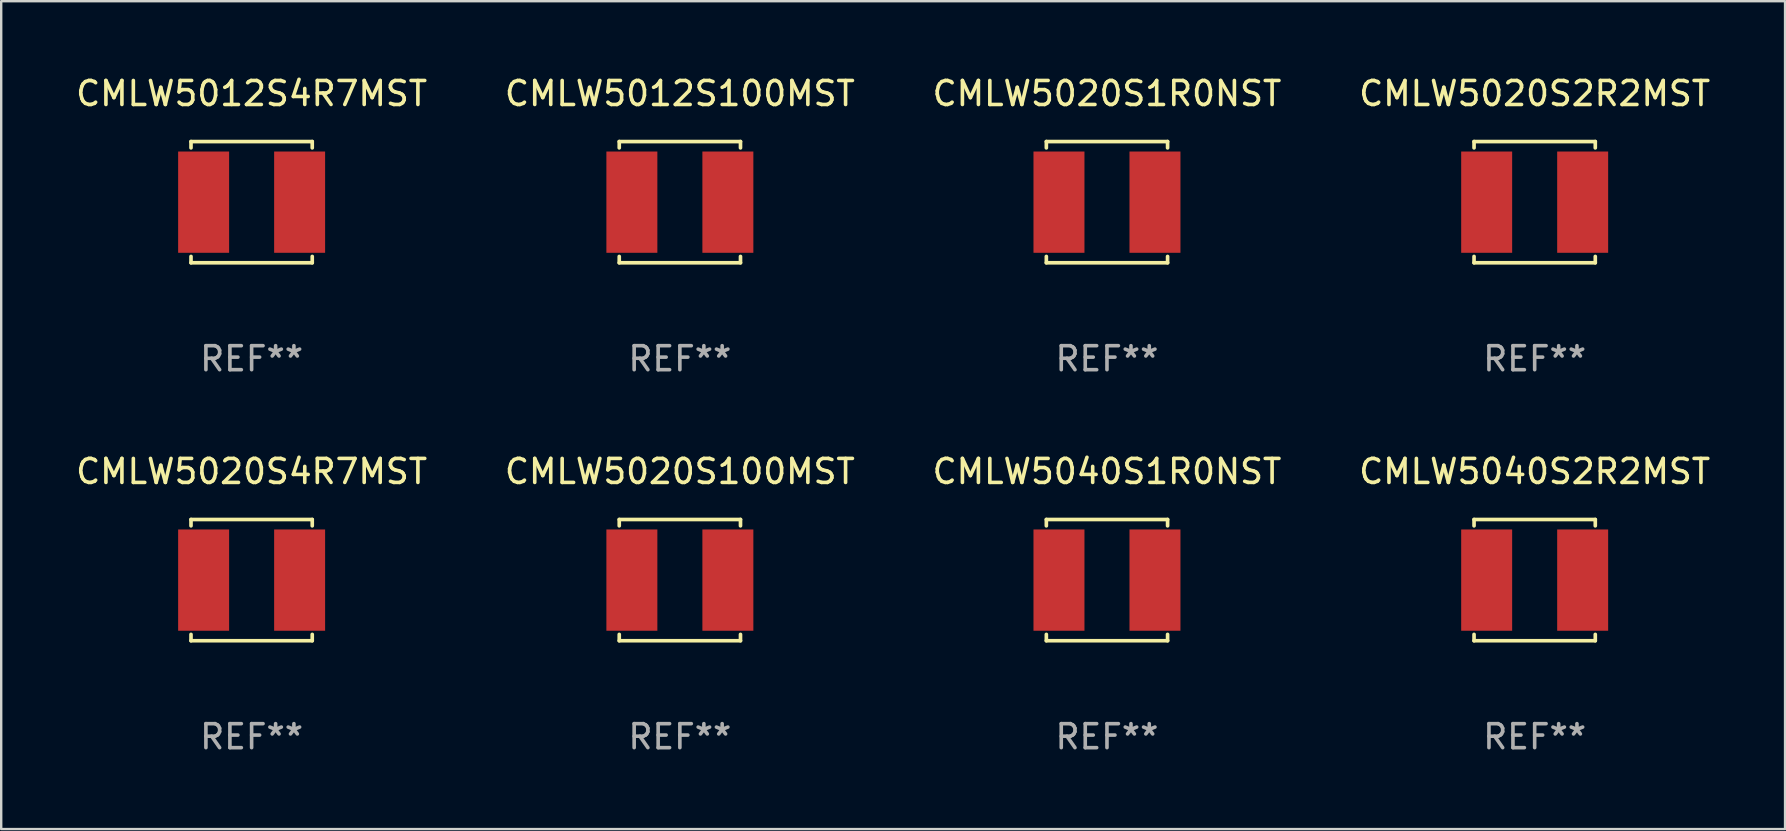
<source format=kicad_pcb>
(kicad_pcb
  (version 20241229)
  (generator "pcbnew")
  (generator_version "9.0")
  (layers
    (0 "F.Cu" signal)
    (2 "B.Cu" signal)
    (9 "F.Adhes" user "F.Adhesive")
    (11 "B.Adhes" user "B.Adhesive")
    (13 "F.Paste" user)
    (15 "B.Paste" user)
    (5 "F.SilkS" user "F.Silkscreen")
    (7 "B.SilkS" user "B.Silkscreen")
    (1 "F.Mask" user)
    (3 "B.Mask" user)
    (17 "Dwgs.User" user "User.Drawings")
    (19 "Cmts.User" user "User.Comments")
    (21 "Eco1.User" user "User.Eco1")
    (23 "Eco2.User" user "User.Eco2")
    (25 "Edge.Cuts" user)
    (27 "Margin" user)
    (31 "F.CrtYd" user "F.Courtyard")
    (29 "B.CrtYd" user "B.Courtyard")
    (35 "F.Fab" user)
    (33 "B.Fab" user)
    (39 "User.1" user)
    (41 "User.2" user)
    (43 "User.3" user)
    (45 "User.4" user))
  (footprint "CMLW5012S4R7MST"
    (layer "F.Cu")
    (at 7.435 5.374)
    (property "Reference" "CMLW5012S4R7MST" (at 0 -4.526 0) (layer "F.SilkS") (effects (font (size 1 1) (thickness 0.15))))
    (attr through_hole)
    (fp_line (start -2.526 -2.526) (end 2.526 -2.526) (stroke (width 0.152) (type solid)) (layer "F.SilkS"))
    (fp_line (start -2.526 -2.262) (end -2.526 -2.526) (stroke (width 0.152) (type solid)) (layer "F.SilkS"))
    (fp_line (start -2.526 2.262) (end -2.526 2.526) (stroke (width 0.152) (type solid)) (layer "F.SilkS"))
    (fp_line (start -2.526 2.526) (end 2.526 2.526) (stroke (width 0.152) (type solid)) (layer "F.SilkS"))
    (fp_line (start 2.526 -2.526) (end 2.526 -2.262) (stroke (width 0.152) (type solid)) (layer "F.SilkS"))
    (fp_line (start 2.526 2.526) (end 2.526 2.262) (stroke (width 0.152) (type solid)) (layer "F.SilkS"))
    (fp_circle (center 2.5 -2.5) (end 2.53 -2.5) (stroke (width 0.06) (type solid)) (fill no) (layer "F.SilkS"))
    (fp_text user "REF**" (at 0 6.526 0) (layer "F.Fab") (effects (font (size 1 1) (thickness 0.15))))
    (pad "1" smd rect (at 2 0) (size 2.124 4.22) (layers "F.Cu" "F.Mask" "F.Paste"))
    (pad "2" smd rect (at -2 0) (size 2.124 4.22) (layers "F.Cu" "F.Mask" "F.Paste")))
  (footprint "CMLW5040S1R0NST"
    (layer "F.Cu")
    (at 43.077 21.123)
    (property "Reference" "CMLW5040S1R0NST" (at 0 -4.526 0) (layer "F.SilkS") (effects (font (size 1 1) (thickness 0.15))))
    (attr through_hole)
    (fp_line (start -2.526 -2.526) (end 2.526 -2.526) (stroke (width 0.152) (type solid)) (layer "F.SilkS"))
    (fp_line (start -2.526 -2.262) (end -2.526 -2.526) (stroke (width 0.152) (type solid)) (layer "F.SilkS"))
    (fp_line (start -2.526 2.262) (end -2.526 2.526) (stroke (width 0.152) (type solid)) (layer "F.SilkS"))
    (fp_line (start -2.526 2.526) (end 2.526 2.526) (stroke (width 0.152) (type solid)) (layer "F.SilkS"))
    (fp_line (start 2.526 -2.526) (end 2.526 -2.262) (stroke (width 0.152) (type solid)) (layer "F.SilkS"))
    (fp_line (start 2.526 2.526) (end 2.526 2.262) (stroke (width 0.152) (type solid)) (layer "F.SilkS"))
    (fp_circle (center 2.5 -2.5) (end 2.53 -2.5) (stroke (width 0.06) (type solid)) (fill no) (layer "F.SilkS"))
    (fp_text user "REF**" (at 0 6.526 0) (layer "F.Fab") (effects (font (size 1 1) (thickness 0.15))))
    (pad "1" smd rect (at 2 0) (size 2.124 4.22) (layers "F.Cu" "F.Mask" "F.Paste"))
    (pad "2" smd rect (at -2 0) (size 2.124 4.22) (layers "F.Cu" "F.Mask" "F.Paste")))
  (footprint "CMLW5020S100MST"
    (layer "F.Cu")
    (at 25.28 21.123)
    (property "Reference" "CMLW5020S100MST" (at 0 -4.526 0) (layer "F.SilkS") (effects (font (size 1 1) (thickness 0.15))))
    (attr through_hole)
    (fp_line (start -2.526 -2.526) (end 2.526 -2.526) (stroke (width 0.152) (type solid)) (layer "F.SilkS"))
    (fp_line (start -2.526 -2.262) (end -2.526 -2.526) (stroke (width 0.152) (type solid)) (layer "F.SilkS"))
    (fp_line (start -2.526 2.262) (end -2.526 2.526) (stroke (width 0.152) (type solid)) (layer "F.SilkS"))
    (fp_line (start -2.526 2.526) (end 2.526 2.526) (stroke (width 0.152) (type solid)) (layer "F.SilkS"))
    (fp_line (start 2.526 -2.526) (end 2.526 -2.262) (stroke (width 0.152) (type solid)) (layer "F.SilkS"))
    (fp_line (start 2.526 2.526) (end 2.526 2.262) (stroke (width 0.152) (type solid)) (layer "F.SilkS"))
    (fp_circle (center 2.5 -2.5) (end 2.53 -2.5) (stroke (width 0.06) (type solid)) (fill no) (layer "F.SilkS"))
    (fp_text user "REF**" (at 0 6.526 0) (layer "F.Fab") (effects (font (size 1 1) (thickness 0.15))))
    (pad "1" smd rect (at 2 0) (size 2.124 4.22) (layers "F.Cu" "F.Mask" "F.Paste"))
    (pad "2" smd rect (at -2 0) (size 2.124 4.22) (layers "F.Cu" "F.Mask" "F.Paste")))
  (footprint "CMLW5012S100MST"
    (layer "F.Cu")
    (at 25.28 5.374)
    (property "Reference" "CMLW5012S100MST" (at 0 -4.526 0) (layer "F.SilkS") (effects (font (size 1 1) (thickness 0.15))))
    (attr through_hole)
    (fp_line (start -2.526 -2.526) (end 2.526 -2.526) (stroke (width 0.152) (type solid)) (layer "F.SilkS"))
    (fp_line (start -2.526 -2.262) (end -2.526 -2.526) (stroke (width 0.152) (type solid)) (layer "F.SilkS"))
    (fp_line (start -2.526 2.262) (end -2.526 2.526) (stroke (width 0.152) (type solid)) (layer "F.SilkS"))
    (fp_line (start -2.526 2.526) (end 2.526 2.526) (stroke (width 0.152) (type solid)) (layer "F.SilkS"))
    (fp_line (start 2.526 -2.526) (end 2.526 -2.262) (stroke (width 0.152) (type solid)) (layer "F.SilkS"))
    (fp_line (start 2.526 2.526) (end 2.526 2.262) (stroke (width 0.152) (type solid)) (layer "F.SilkS"))
    (fp_circle (center 2.5 -2.5) (end 2.53 -2.5) (stroke (width 0.06) (type solid)) (fill no) (layer "F.SilkS"))
    (fp_text user "REF**" (at 0 6.526 0) (layer "F.Fab") (effects (font (size 1 1) (thickness 0.15))))
    (pad "1" smd rect (at 2 0) (size 2.124 4.22) (layers "F.Cu" "F.Mask" "F.Paste"))
    (pad "2" smd rect (at -2 0) (size 2.124 4.22) (layers "F.Cu" "F.Mask" "F.Paste")))
  (footprint "CMLW5020S4R7MST"
    (layer "F.Cu")
    (at 7.435 21.123)
    (property "Reference" "CMLW5020S4R7MST" (at 0 -4.526 0) (layer "F.SilkS") (effects (font (size 1 1) (thickness 0.15))))
    (attr through_hole)
    (fp_line (start -2.526 -2.526) (end 2.526 -2.526) (stroke (width 0.152) (type solid)) (layer "F.SilkS"))
    (fp_line (start -2.526 -2.262) (end -2.526 -2.526) (stroke (width 0.152) (type solid)) (layer "F.SilkS"))
    (fp_line (start -2.526 2.262) (end -2.526 2.526) (stroke (width 0.152) (type solid)) (layer "F.SilkS"))
    (fp_line (start -2.526 2.526) (end 2.526 2.526) (stroke (width 0.152) (type solid)) (layer "F.SilkS"))
    (fp_line (start 2.526 -2.526) (end 2.526 -2.262) (stroke (width 0.152) (type solid)) (layer "F.SilkS"))
    (fp_line (start 2.526 2.526) (end 2.526 2.262) (stroke (width 0.152) (type solid)) (layer "F.SilkS"))
    (fp_circle (center 2.5 -2.5) (end 2.53 -2.5) (stroke (width 0.06) (type solid)) (fill no) (layer "F.SilkS"))
    (fp_text user "REF**" (at 0 6.526 0) (layer "F.Fab") (effects (font (size 1 1) (thickness 0.15))))
    (pad "1" smd rect (at 2 0) (size 2.124 4.22) (layers "F.Cu" "F.Mask" "F.Paste"))
    (pad "2" smd rect (at -2 0) (size 2.124 4.22) (layers "F.Cu" "F.Mask" "F.Paste")))
  (footprint "CMLW5020S2R2MST"
    (layer "F.Cu")
    (at 60.899 5.374)
    (property "Reference" "CMLW5020S2R2MST" (at 0 -4.526 0) (layer "F.SilkS") (effects (font (size 1 1) (thickness 0.15))))
    (attr through_hole)
    (fp_line (start -2.526 -2.526) (end 2.526 -2.526) (stroke (width 0.152) (type solid)) (layer "F.SilkS"))
    (fp_line (start -2.526 -2.262) (end -2.526 -2.526) (stroke (width 0.152) (type solid)) (layer "F.SilkS"))
    (fp_line (start -2.526 2.262) (end -2.526 2.526) (stroke (width 0.152) (type solid)) (layer "F.SilkS"))
    (fp_line (start -2.526 2.526) (end 2.526 2.526) (stroke (width 0.152) (type solid)) (layer "F.SilkS"))
    (fp_line (start 2.526 -2.526) (end 2.526 -2.262) (stroke (width 0.152) (type solid)) (layer "F.SilkS"))
    (fp_line (start 2.526 2.526) (end 2.526 2.262) (stroke (width 0.152) (type solid)) (layer "F.SilkS"))
    (fp_circle (center 2.5 -2.5) (end 2.53 -2.5) (stroke (width 0.06) (type solid)) (fill no) (layer "F.SilkS"))
    (fp_text user "REF**" (at 0 6.526 0) (layer "F.Fab") (effects (font (size 1 1) (thickness 0.15))))
    (pad "1" smd rect (at 2 0) (size 2.124 4.22) (layers "F.Cu" "F.Mask" "F.Paste"))
    (pad "2" smd rect (at -2 0) (size 2.124 4.22) (layers "F.Cu" "F.Mask" "F.Paste")))
  (footprint "CMLW5040S2R2MST"
    (layer "F.Cu")
    (at 60.899 21.123)
    (property "Reference" "CMLW5040S2R2MST" (at 0 -4.526 0) (layer "F.SilkS") (effects (font (size 1 1) (thickness 0.15))))
    (attr through_hole)
    (fp_line (start -2.526 -2.526) (end 2.526 -2.526) (stroke (width 0.152) (type solid)) (layer "F.SilkS"))
    (fp_line (start -2.526 -2.262) (end -2.526 -2.526) (stroke (width 0.152) (type solid)) (layer "F.SilkS"))
    (fp_line (start -2.526 2.262) (end -2.526 2.526) (stroke (width 0.152) (type solid)) (layer "F.SilkS"))
    (fp_line (start -2.526 2.526) (end 2.526 2.526) (stroke (width 0.152) (type solid)) (layer "F.SilkS"))
    (fp_line (start 2.526 -2.526) (end 2.526 -2.262) (stroke (width 0.152) (type solid)) (layer "F.SilkS"))
    (fp_line (start 2.526 2.526) (end 2.526 2.262) (stroke (width 0.152) (type solid)) (layer "F.SilkS"))
    (fp_circle (center 2.5 -2.5) (end 2.53 -2.5) (stroke (width 0.06) (type solid)) (fill no) (layer "F.SilkS"))
    (fp_text user "REF**" (at 0 6.526 0) (layer "F.Fab") (effects (font (size 1 1) (thickness 0.15))))
    (pad "1" smd rect (at 2 0) (size 2.124 4.22) (layers "F.Cu" "F.Mask" "F.Paste"))
    (pad "2" smd rect (at -2 0) (size 2.124 4.22) (layers "F.Cu" "F.Mask" "F.Paste")))
  (footprint "CMLW5020S1R0NST"
    (layer "F.Cu")
    (at 43.077 5.374)
    (property "Reference" "CMLW5020S1R0NST" (at 0 -4.526 0) (layer "F.SilkS") (effects (font (size 1 1) (thickness 0.15))))
    (attr through_hole)
    (fp_line (start -2.526 -2.526) (end 2.526 -2.526) (stroke (width 0.152) (type solid)) (layer "F.SilkS"))
    (fp_line (start -2.526 -2.262) (end -2.526 -2.526) (stroke (width 0.152) (type solid)) (layer "F.SilkS"))
    (fp_line (start -2.526 2.262) (end -2.526 2.526) (stroke (width 0.152) (type solid)) (layer "F.SilkS"))
    (fp_line (start -2.526 2.526) (end 2.526 2.526) (stroke (width 0.152) (type solid)) (layer "F.SilkS"))
    (fp_line (start 2.526 -2.526) (end 2.526 -2.262) (stroke (width 0.152) (type solid)) (layer "F.SilkS"))
    (fp_line (start 2.526 2.526) (end 2.526 2.262) (stroke (width 0.152) (type solid)) (layer "F.SilkS"))
    (fp_circle (center 2.5 -2.5) (end 2.53 -2.5) (stroke (width 0.06) (type solid)) (fill no) (layer "F.SilkS"))
    (fp_text user "REF**" (at 0 6.526 0) (layer "F.Fab") (effects (font (size 1 1) (thickness 0.15))))
    (pad "1" smd rect (at 2 0) (size 2.124 4.22) (layers "F.Cu" "F.Mask" "F.Paste"))
    (pad "2" smd rect (at -2 0) (size 2.124 4.22) (layers "F.Cu" "F.Mask" "F.Paste")))
  (gr_rect
    (start -3 -3)
    (end 71.333 31.498)
    (stroke (width 0.1) (type default))
    (fill no)
    (layer "Edge.Cuts")))
</source>
